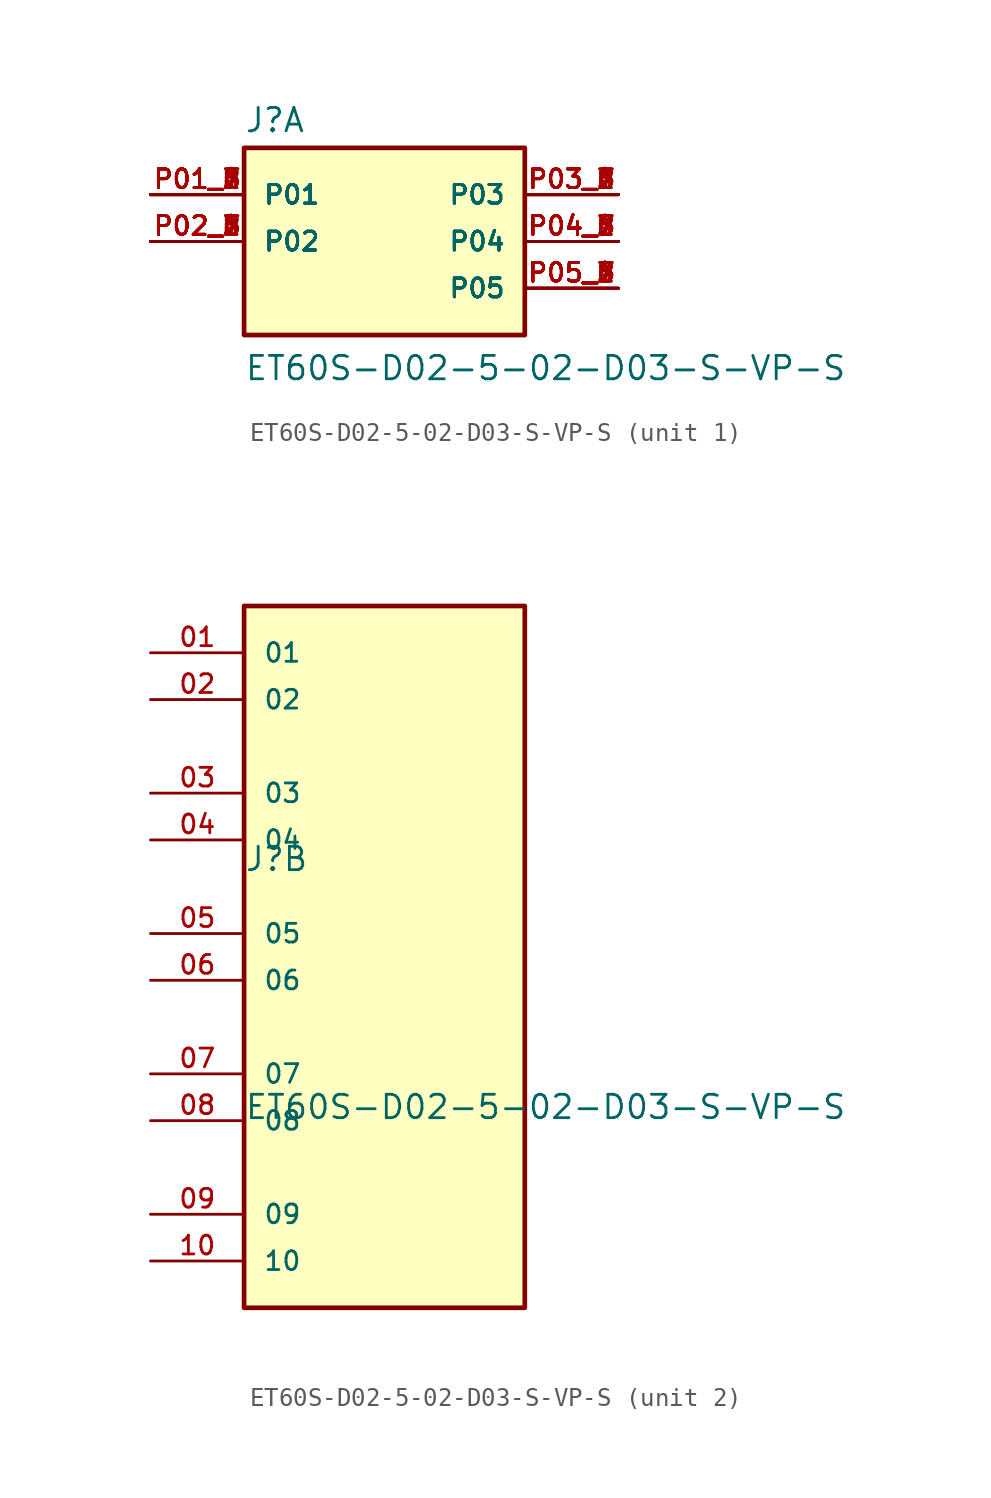
<source format=kicad_sym>
(kicad_symbol_lib
  (version 20211014)
  (generator kicad_symbol_editor)
  (symbol "ET60S-D02-5-02-D03-S-VP-S"
    (pin_names
      (offset 1.016))
    (property "Reference" "J"
      (at -7.62 5.842 0)
      (effects (font (size 1.27 1.27)) (justify bottom left)))
    (property "Value" "ET60S-D02-5-02-D03-S-VP-S"
      (at -7.62 -7.62 0.0)
      (effects (font (size 1.27 1.27)) (justify bottom left)))
    (symbol "ET60S-D02-5-02-D03-S-VP-S_1_0"
      (rectangle (start -7.62 -5.08) (end 7.62 5.08) (stroke (width 0.254)) (fill (type background)))
      (pin power_in line (at -12.7 2.54 0) (length 5.08) (name "P01" (effects (font (size 1.016 1.016)))) (number "P01_1" (effects (font (size 1.016 1.016)))))
      (pin power_in line (at -12.7 2.54 0) (length 5.08) (name "P01" (effects (font (size 1.016 1.016)))) (number "P01_2" (effects (font (size 1.016 1.016)))))
      (pin power_in line (at -12.7 2.54 0) (length 5.08) (name "P01" (effects (font (size 1.016 1.016)))) (number "P01_3" (effects (font (size 1.016 1.016)))))
      (pin power_in line (at -12.7 2.54 0) (length 5.08) (name "P01" (effects (font (size 1.016 1.016)))) (number "P01_4" (effects (font (size 1.016 1.016)))))
      (pin power_in line (at -12.7 2.54 0) (length 5.08) (name "P01" (effects (font (size 1.016 1.016)))) (number "P01_5" (effects (font (size 1.016 1.016)))))
      (pin power_in line (at -12.7 2.54 0) (length 5.08) (name "P01" (effects (font (size 1.016 1.016)))) (number "P01_6" (effects (font (size 1.016 1.016)))))
      (pin power_in line (at -12.7 2.54 0) (length 5.08) (name "P01" (effects (font (size 1.016 1.016)))) (number "P01_7" (effects (font (size 1.016 1.016)))))
      (pin power_in line (at -12.7 2.54 0) (length 5.08) (name "P01" (effects (font (size 1.016 1.016)))) (number "P01_8" (effects (font (size 1.016 1.016)))))
      (pin power_in line (at -12.7 0.0 0) (length 5.08) (name "P02" (effects (font (size 1.016 1.016)))) (number "P02_1" (effects (font (size 1.016 1.016)))))
      (pin power_in line (at -12.7 0.0 0) (length 5.08) (name "P02" (effects (font (size 1.016 1.016)))) (number "P02_2" (effects (font (size 1.016 1.016)))))
      (pin power_in line (at -12.7 0.0 0) (length 5.08) (name "P02" (effects (font (size 1.016 1.016)))) (number "P02_3" (effects (font (size 1.016 1.016)))))
      (pin power_in line (at -12.7 0.0 0) (length 5.08) (name "P02" (effects (font (size 1.016 1.016)))) (number "P02_4" (effects (font (size 1.016 1.016)))))
      (pin power_in line (at -12.7 0.0 0) (length 5.08) (name "P02" (effects (font (size 1.016 1.016)))) (number "P02_5" (effects (font (size 1.016 1.016)))))
      (pin power_in line (at -12.7 0.0 0) (length 5.08) (name "P02" (effects (font (size 1.016 1.016)))) (number "P02_6" (effects (font (size 1.016 1.016)))))
      (pin power_in line (at -12.7 0.0 0) (length 5.08) (name "P02" (effects (font (size 1.016 1.016)))) (number "P02_7" (effects (font (size 1.016 1.016)))))
      (pin power_in line (at -12.7 0.0 0) (length 5.08) (name "P02" (effects (font (size 1.016 1.016)))) (number "P02_8" (effects (font (size 1.016 1.016)))))
      (pin power_in line (at 12.7 2.54 180.0) (length 5.08) (name "P03" (effects (font (size 1.016 1.016)))) (number "P03_1" (effects (font (size 1.016 1.016)))))
      (pin power_in line (at 12.7 2.54 180.0) (length 5.08) (name "P03" (effects (font (size 1.016 1.016)))) (number "P03_2" (effects (font (size 1.016 1.016)))))
      (pin power_in line (at 12.7 2.54 180.0) (length 5.08) (name "P03" (effects (font (size 1.016 1.016)))) (number "P03_3" (effects (font (size 1.016 1.016)))))
      (pin power_in line (at 12.7 2.54 180.0) (length 5.08) (name "P03" (effects (font (size 1.016 1.016)))) (number "P03_4" (effects (font (size 1.016 1.016)))))
      (pin power_in line (at 12.7 2.54 180.0) (length 5.08) (name "P03" (effects (font (size 1.016 1.016)))) (number "P03_5" (effects (font (size 1.016 1.016)))))
      (pin power_in line (at 12.7 2.54 180.0) (length 5.08) (name "P03" (effects (font (size 1.016 1.016)))) (number "P03_6" (effects (font (size 1.016 1.016)))))
      (pin power_in line (at 12.7 2.54 180.0) (length 5.08) (name "P03" (effects (font (size 1.016 1.016)))) (number "P03_7" (effects (font (size 1.016 1.016)))))
      (pin power_in line (at 12.7 2.54 180.0) (length 5.08) (name "P03" (effects (font (size 1.016 1.016)))) (number "P03_8" (effects (font (size 1.016 1.016)))))
      (pin power_in line (at 12.7 0.0 180.0) (length 5.08) (name "P04" (effects (font (size 1.016 1.016)))) (number "P04_1" (effects (font (size 1.016 1.016)))))
      (pin power_in line (at 12.7 0.0 180.0) (length 5.08) (name "P04" (effects (font (size 1.016 1.016)))) (number "P04_2" (effects (font (size 1.016 1.016)))))
      (pin power_in line (at 12.7 0.0 180.0) (length 5.08) (name "P04" (effects (font (size 1.016 1.016)))) (number "P04_3" (effects (font (size 1.016 1.016)))))
      (pin power_in line (at 12.7 0.0 180.0) (length 5.08) (name "P04" (effects (font (size 1.016 1.016)))) (number "P04_4" (effects (font (size 1.016 1.016)))))
      (pin power_in line (at 12.7 0.0 180.0) (length 5.08) (name "P04" (effects (font (size 1.016 1.016)))) (number "P04_5" (effects (font (size 1.016 1.016)))))
      (pin power_in line (at 12.7 0.0 180.0) (length 5.08) (name "P04" (effects (font (size 1.016 1.016)))) (number "P04_6" (effects (font (size 1.016 1.016)))))
      (pin power_in line (at 12.7 0.0 180.0) (length 5.08) (name "P04" (effects (font (size 1.016 1.016)))) (number "P04_7" (effects (font (size 1.016 1.016)))))
      (pin power_in line (at 12.7 0.0 180.0) (length 5.08) (name "P04" (effects (font (size 1.016 1.016)))) (number "P04_8" (effects (font (size 1.016 1.016)))))
      (pin power_in line (at 12.7 -2.54 180.0) (length 5.08) (name "P05" (effects (font (size 1.016 1.016)))) (number "P05_1" (effects (font (size 1.016 1.016)))))
      (pin power_in line (at 12.7 -2.54 180.0) (length 5.08) (name "P05" (effects (font (size 1.016 1.016)))) (number "P05_2" (effects (font (size 1.016 1.016)))))
      (pin power_in line (at 12.7 -2.54 180.0) (length 5.08) (name "P05" (effects (font (size 1.016 1.016)))) (number "P05_3" (effects (font (size 1.016 1.016)))))
      (pin power_in line (at 12.7 -2.54 180.0) (length 5.08) (name "P05" (effects (font (size 1.016 1.016)))) (number "P05_4" (effects (font (size 1.016 1.016)))))
      (pin power_in line (at 12.7 -2.54 180.0) (length 5.08) (name "P05" (effects (font (size 1.016 1.016)))) (number "P05_5" (effects (font (size 1.016 1.016)))))
      (pin power_in line (at 12.7 -2.54 180.0) (length 5.08) (name "P05" (effects (font (size 1.016 1.016)))) (number "P05_6" (effects (font (size 1.016 1.016)))))
      (pin power_in line (at 12.7 -2.54 180.0) (length 5.08) (name "P05" (effects (font (size 1.016 1.016)))) (number "P05_7" (effects (font (size 1.016 1.016)))))
      (pin power_in line (at 12.7 -2.54 180.0) (length 5.08) (name "P05" (effects (font (size 1.016 1.016)))) (number "P05_8" (effects (font (size 1.016 1.016))))))
    (symbol "ET60S-D02-5-02-D03-S-VP-S_2_0"
      (rectangle (start -7.62 -17.78) (end 7.62 20.32) (stroke (width 0.254)) (fill (type background)))
      (pin passive line (at -12.7 17.78 0) (length 5.08) (name "01" (effects (font (size 1.016 1.016)))) (number "01" (effects (font (size 1.016 1.016)))))
      (pin passive line (at -12.7 15.24 0) (length 5.08) (name "02" (effects (font (size 1.016 1.016)))) (number "02" (effects (font (size 1.016 1.016)))))
      (pin passive line (at -12.7 10.16 0) (length 5.08) (name "03" (effects (font (size 1.016 1.016)))) (number "03" (effects (font (size 1.016 1.016)))))
      (pin passive line (at -12.7 7.62 0) (length 5.08) (name "04" (effects (font (size 1.016 1.016)))) (number "04" (effects (font (size 1.016 1.016)))))
      (pin passive line (at -12.7 2.54 0) (length 5.08) (name "05" (effects (font (size 1.016 1.016)))) (number "05" (effects (font (size 1.016 1.016)))))
      (pin passive line (at -12.7 0.0 0) (length 5.08) (name "06" (effects (font (size 1.016 1.016)))) (number "06" (effects (font (size 1.016 1.016)))))
      (pin passive line (at -12.7 -5.08 0) (length 5.08) (name "07" (effects (font (size 1.016 1.016)))) (number "07" (effects (font (size 1.016 1.016)))))
      (pin passive line (at -12.7 -7.62 0) (length 5.08) (name "08" (effects (font (size 1.016 1.016)))) (number "08" (effects (font (size 1.016 1.016)))))
      (pin passive line (at -12.7 -12.7 0) (length 5.08) (name "09" (effects (font (size 1.016 1.016)))) (number "09" (effects (font (size 1.016 1.016)))))
      (pin passive line (at -12.7 -15.24 0) (length 5.08) (name "10" (effects (font (size 1.016 1.016)))) (number "10" (effects (font (size 1.016 1.016))))))))
</source>
